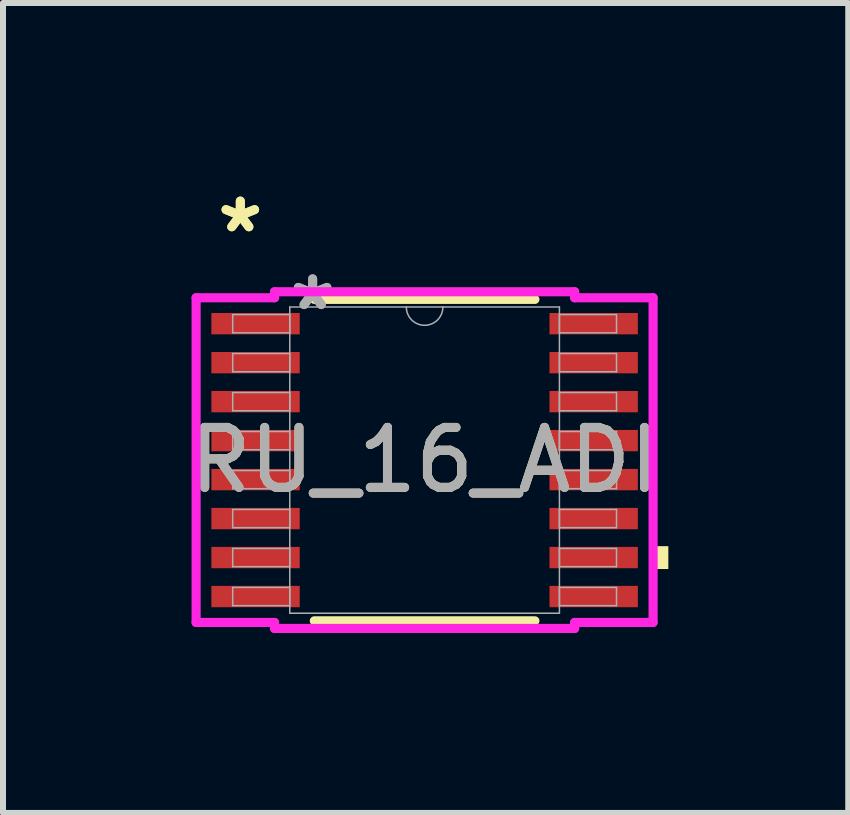
<source format=kicad_pcb>
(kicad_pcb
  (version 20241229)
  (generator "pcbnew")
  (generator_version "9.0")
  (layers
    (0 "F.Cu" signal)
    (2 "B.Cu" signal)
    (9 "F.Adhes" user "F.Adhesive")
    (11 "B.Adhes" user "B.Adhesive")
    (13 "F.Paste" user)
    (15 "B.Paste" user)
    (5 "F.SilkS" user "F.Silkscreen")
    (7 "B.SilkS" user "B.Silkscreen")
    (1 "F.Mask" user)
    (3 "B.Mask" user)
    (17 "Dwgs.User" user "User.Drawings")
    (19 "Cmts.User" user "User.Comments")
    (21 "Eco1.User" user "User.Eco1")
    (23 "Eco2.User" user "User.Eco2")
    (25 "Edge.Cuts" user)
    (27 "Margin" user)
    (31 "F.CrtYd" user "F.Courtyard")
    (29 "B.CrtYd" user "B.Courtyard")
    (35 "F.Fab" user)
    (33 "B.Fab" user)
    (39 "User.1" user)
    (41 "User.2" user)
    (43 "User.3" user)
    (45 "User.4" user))
  (footprint "RU_16_ADI"
    (layer "F.Cu")
    (at 4.03 4.622)
    (property "Reference" "RU_16_ADI" (at 0 0 0) (unlocked yes) (layer "F.SilkS") (effects (font (size 1 1) (thickness 0.15))))
    (attr smd)
    (fp_line (start -1.839 2.68) (end 1.839 2.68) (stroke (width 0.152) (type solid)) (layer "F.SilkS"))
    (fp_line (start 1.839 -2.68) (end -1.839 -2.68) (stroke (width 0.152) (type solid)) (layer "F.SilkS"))
    (fp_poly (pts (xy 4.064 1.435) (xy 4.064 1.816) (xy 3.81 1.816) (xy 3.81 1.435)) (stroke (width 0) (type solid)) (fill yes) (layer "F.SilkS"))
    (fp_line (start -3.81 -2.707) (end -2.502 -2.707) (stroke (width 0.152) (type solid)) (layer "F.CrtYd"))
    (fp_line (start -3.81 2.707) (end -3.81 -2.707) (stroke (width 0.152) (type solid)) (layer "F.CrtYd"))
    (fp_line (start -3.81 2.707) (end -2.502 2.707) (stroke (width 0.152) (type solid)) (layer "F.CrtYd"))
    (fp_line (start -2.502 -2.807) (end 2.502 -2.807) (stroke (width 0.152) (type solid)) (layer "F.CrtYd"))
    (fp_line (start -2.502 -2.707) (end -2.502 -2.807) (stroke (width 0.152) (type solid)) (layer "F.CrtYd"))
    (fp_line (start -2.502 2.807) (end -2.502 2.707) (stroke (width 0.152) (type solid)) (layer "F.CrtYd"))
    (fp_line (start 2.502 -2.807) (end 2.502 -2.707) (stroke (width 0.152) (type solid)) (layer "F.CrtYd"))
    (fp_line (start 2.502 2.707) (end 2.502 2.807) (stroke (width 0.152) (type solid)) (layer "F.CrtYd"))
    (fp_line (start 2.502 2.807) (end -2.502 2.807) (stroke (width 0.152) (type solid)) (layer "F.CrtYd"))
    (fp_line (start 3.81 -2.707) (end 2.502 -2.707) (stroke (width 0.152) (type solid)) (layer "F.CrtYd"))
    (fp_line (start 3.81 -2.707) (end 3.81 2.707) (stroke (width 0.152) (type solid)) (layer "F.CrtYd"))
    (fp_line (start 3.81 2.707) (end 2.502 2.707) (stroke (width 0.152) (type solid)) (layer "F.CrtYd"))
    (fp_line (start -3.2 -2.427) (end -3.2 -2.123) (stroke (width 0.025) (type solid)) (layer "F.Fab"))
    (fp_line (start -3.2 -2.123) (end -2.248 -2.123) (stroke (width 0.025) (type solid)) (layer "F.Fab"))
    (fp_line (start -3.2 -1.777) (end -3.2 -1.473) (stroke (width 0.025) (type solid)) (layer "F.Fab"))
    (fp_line (start -3.2 -1.473) (end -2.248 -1.473) (stroke (width 0.025) (type solid)) (layer "F.Fab"))
    (fp_line (start -3.2 -1.127) (end -3.2 -0.823) (stroke (width 0.025) (type solid)) (layer "F.Fab"))
    (fp_line (start -3.2 -0.823) (end -2.248 -0.823) (stroke (width 0.025) (type solid)) (layer "F.Fab"))
    (fp_line (start -3.2 -0.477) (end -3.2 -0.173) (stroke (width 0.025) (type solid)) (layer "F.Fab"))
    (fp_line (start -3.2 -0.173) (end -2.248 -0.173) (stroke (width 0.025) (type solid)) (layer "F.Fab"))
    (fp_line (start -3.2 0.173) (end -3.2 0.477) (stroke (width 0.025) (type solid)) (layer "F.Fab"))
    (fp_line (start -3.2 0.477) (end -2.248 0.477) (stroke (width 0.025) (type solid)) (layer "F.Fab"))
    (fp_line (start -3.2 0.823) (end -3.2 1.127) (stroke (width 0.025) (type solid)) (layer "F.Fab"))
    (fp_line (start -3.2 1.127) (end -2.248 1.127) (stroke (width 0.025) (type solid)) (layer "F.Fab"))
    (fp_line (start -3.2 1.473) (end -3.2 1.777) (stroke (width 0.025) (type solid)) (layer "F.Fab"))
    (fp_line (start -3.2 1.777) (end -2.248 1.777) (stroke (width 0.025) (type solid)) (layer "F.Fab"))
    (fp_line (start -3.2 2.123) (end -3.2 2.427) (stroke (width 0.025) (type solid)) (layer "F.Fab"))
    (fp_line (start -3.2 2.427) (end -2.248 2.427) (stroke (width 0.025) (type solid)) (layer "F.Fab"))
    (fp_line (start -2.248 -2.553) (end -2.248 2.553) (stroke (width 0.025) (type solid)) (layer "F.Fab"))
    (fp_line (start -2.248 -2.427) (end -3.2 -2.427) (stroke (width 0.025) (type solid)) (layer "F.Fab"))
    (fp_line (start -2.248 -2.123) (end -2.248 -2.427) (stroke (width 0.025) (type solid)) (layer "F.Fab"))
    (fp_line (start -2.248 -1.777) (end -3.2 -1.777) (stroke (width 0.025) (type solid)) (layer "F.Fab"))
    (fp_line (start -2.248 -1.473) (end -2.248 -1.777) (stroke (width 0.025) (type solid)) (layer "F.Fab"))
    (fp_line (start -2.248 -1.127) (end -3.2 -1.127) (stroke (width 0.025) (type solid)) (layer "F.Fab"))
    (fp_line (start -2.248 -0.823) (end -2.248 -1.127) (stroke (width 0.025) (type solid)) (layer "F.Fab"))
    (fp_line (start -2.248 -0.477) (end -3.2 -0.477) (stroke (width 0.025) (type solid)) (layer "F.Fab"))
    (fp_line (start -2.248 -0.173) (end -2.248 -0.477) (stroke (width 0.025) (type solid)) (layer "F.Fab"))
    (fp_line (start -2.248 0.173) (end -3.2 0.173) (stroke (width 0.025) (type solid)) (layer "F.Fab"))
    (fp_line (start -2.248 0.477) (end -2.248 0.173) (stroke (width 0.025) (type solid)) (layer "F.Fab"))
    (fp_line (start -2.248 0.823) (end -3.2 0.823) (stroke (width 0.025) (type solid)) (layer "F.Fab"))
    (fp_line (start -2.248 1.127) (end -2.248 0.823) (stroke (width 0.025) (type solid)) (layer "F.Fab"))
    (fp_line (start -2.248 1.473) (end -3.2 1.473) (stroke (width 0.025) (type solid)) (layer "F.Fab"))
    (fp_line (start -2.248 1.777) (end -2.248 1.473) (stroke (width 0.025) (type solid)) (layer "F.Fab"))
    (fp_line (start -2.248 2.123) (end -3.2 2.123) (stroke (width 0.025) (type solid)) (layer "F.Fab"))
    (fp_line (start -2.248 2.427) (end -2.248 2.123) (stroke (width 0.025) (type solid)) (layer "F.Fab"))
    (fp_line (start -2.248 2.553) (end 2.248 2.553) (stroke (width 0.025) (type solid)) (layer "F.Fab"))
    (fp_line (start 2.248 -2.553) (end -2.248 -2.553) (stroke (width 0.025) (type solid)) (layer "F.Fab"))
    (fp_line (start 2.248 -2.427) (end 2.248 -2.123) (stroke (width 0.025) (type solid)) (layer "F.Fab"))
    (fp_line (start 2.248 -2.123) (end 3.2 -2.123) (stroke (width 0.025) (type solid)) (layer "F.Fab"))
    (fp_line (start 2.248 -1.777) (end 2.248 -1.473) (stroke (width 0.025) (type solid)) (layer "F.Fab"))
    (fp_line (start 2.248 -1.473) (end 3.2 -1.473) (stroke (width 0.025) (type solid)) (layer "F.Fab"))
    (fp_line (start 2.248 -1.127) (end 2.248 -0.823) (stroke (width 0.025) (type solid)) (layer "F.Fab"))
    (fp_line (start 2.248 -0.823) (end 3.2 -0.823) (stroke (width 0.025) (type solid)) (layer "F.Fab"))
    (fp_line (start 2.248 -0.477) (end 2.248 -0.173) (stroke (width 0.025) (type solid)) (layer "F.Fab"))
    (fp_line (start 2.248 -0.173) (end 3.2 -0.173) (stroke (width 0.025) (type solid)) (layer "F.Fab"))
    (fp_line (start 2.248 0.173) (end 2.248 0.477) (stroke (width 0.025) (type solid)) (layer "F.Fab"))
    (fp_line (start 2.248 0.477) (end 3.2 0.477) (stroke (width 0.025) (type solid)) (layer "F.Fab"))
    (fp_line (start 2.248 0.823) (end 2.248 1.127) (stroke (width 0.025) (type solid)) (layer "F.Fab"))
    (fp_line (start 2.248 1.127) (end 3.2 1.127) (stroke (width 0.025) (type solid)) (layer "F.Fab"))
    (fp_line (start 2.248 1.473) (end 2.248 1.777) (stroke (width 0.025) (type solid)) (layer "F.Fab"))
    (fp_line (start 2.248 1.777) (end 3.2 1.777) (stroke (width 0.025) (type solid)) (layer "F.Fab"))
    (fp_line (start 2.248 2.123) (end 2.248 2.427) (stroke (width 0.025) (type solid)) (layer "F.Fab"))
    (fp_line (start 2.248 2.427) (end 3.2 2.427) (stroke (width 0.025) (type solid)) (layer "F.Fab"))
    (fp_line (start 2.248 2.553) (end 2.248 -2.553) (stroke (width 0.025) (type solid)) (layer "F.Fab"))
    (fp_line (start 3.2 -2.427) (end 2.248 -2.427) (stroke (width 0.025) (type solid)) (layer "F.Fab"))
    (fp_line (start 3.2 -2.123) (end 3.2 -2.427) (stroke (width 0.025) (type solid)) (layer "F.Fab"))
    (fp_line (start 3.2 -1.777) (end 2.248 -1.777) (stroke (width 0.025) (type solid)) (layer "F.Fab"))
    (fp_line (start 3.2 -1.473) (end 3.2 -1.777) (stroke (width 0.025) (type solid)) (layer "F.Fab"))
    (fp_line (start 3.2 -1.127) (end 2.248 -1.127) (stroke (width 0.025) (type solid)) (layer "F.Fab"))
    (fp_line (start 3.2 -0.823) (end 3.2 -1.127) (stroke (width 0.025) (type solid)) (layer "F.Fab"))
    (fp_line (start 3.2 -0.477) (end 2.248 -0.477) (stroke (width 0.025) (type solid)) (layer "F.Fab"))
    (fp_line (start 3.2 -0.173) (end 3.2 -0.477) (stroke (width 0.025) (type solid)) (layer "F.Fab"))
    (fp_line (start 3.2 0.173) (end 2.248 0.173) (stroke (width 0.025) (type solid)) (layer "F.Fab"))
    (fp_line (start 3.2 0.477) (end 3.2 0.173) (stroke (width 0.025) (type solid)) (layer "F.Fab"))
    (fp_line (start 3.2 0.823) (end 2.248 0.823) (stroke (width 0.025) (type solid)) (layer "F.Fab"))
    (fp_line (start 3.2 1.127) (end 3.2 0.823) (stroke (width 0.025) (type solid)) (layer "F.Fab"))
    (fp_line (start 3.2 1.473) (end 2.248 1.473) (stroke (width 0.025) (type solid)) (layer "F.Fab"))
    (fp_line (start 3.2 1.777) (end 3.2 1.473) (stroke (width 0.025) (type solid)) (layer "F.Fab"))
    (fp_line (start 3.2 2.123) (end 2.248 2.123) (stroke (width 0.025) (type solid)) (layer "F.Fab"))
    (fp_line (start 3.2 2.427) (end 3.2 2.123) (stroke (width 0.025) (type solid)) (layer "F.Fab"))
    (fp_arc (start 0.3048 -2.5527) (mid 0 -2.2479) (end -0.3048 -2.5527) (stroke (width 0.0254) (type solid)) (layer "F.Fab"))
    (fp_text user "*" (at -3.073 -3.774 0) (unlocked yes) (layer "F.SilkS") (effects (font (size 1 1) (thickness 0.15))))
    (fp_text user "*" (at -3.073 -3.774 0) (layer "F.SilkS") (effects (font (size 1 1) (thickness 0.15))))
    (fp_text user "*" (at -1.867 -2.477 0) (unlocked yes) (layer "F.Fab") (effects (font (size 1 1) (thickness 0.15))))
    (fp_text user "*" (at -1.867 -2.477 0) (layer "F.Fab") (effects (font (size 1 1) (thickness 0.15))))
    (fp_text user "${REFERENCE}" (at 0 0 0) (unlocked yes) (layer "F.Fab") (effects (font (size 1 1) (thickness 0.15))))
    (pad "1" smd rect (at -2.819 -2.275) (size 1.473 0.356) (layers "F.Cu" "F.Mask" "F.Paste"))
    (pad "2" smd rect (at -2.819 -1.625) (size 1.473 0.356) (layers "F.Cu" "F.Mask" "F.Paste"))
    (pad "3" smd rect (at -2.819 -0.975) (size 1.473 0.356) (layers "F.Cu" "F.Mask" "F.Paste"))
    (pad "4" smd rect (at -2.819 -0.325) (size 1.473 0.356) (layers "F.Cu" "F.Mask" "F.Paste"))
    (pad "5" smd rect (at -2.819 0.325) (size 1.473 0.356) (layers "F.Cu" "F.Mask" "F.Paste"))
    (pad "6" smd rect (at -2.819 0.975) (size 1.473 0.356) (layers "F.Cu" "F.Mask" "F.Paste"))
    (pad "7" smd rect (at -2.819 1.625) (size 1.473 0.356) (layers "F.Cu" "F.Mask" "F.Paste"))
    (pad "8" smd rect (at -2.819 2.275) (size 1.473 0.356) (layers "F.Cu" "F.Mask" "F.Paste"))
    (pad "9" smd rect (at 2.819 2.275) (size 1.473 0.356) (layers "F.Cu" "F.Mask" "F.Paste"))
    (pad "10" smd rect (at 2.819 1.625) (size 1.473 0.356) (layers "F.Cu" "F.Mask" "F.Paste"))
    (pad "11" smd rect (at 2.819 0.975) (size 1.473 0.356) (layers "F.Cu" "F.Mask" "F.Paste"))
    (pad "12" smd rect (at 2.819 0.325) (size 1.473 0.356) (layers "F.Cu" "F.Mask" "F.Paste"))
    (pad "13" smd rect (at 2.819 -0.325) (size 1.473 0.356) (layers "F.Cu" "F.Mask" "F.Paste"))
    (pad "14" smd rect (at 2.819 -0.975) (size 1.473 0.356) (layers "F.Cu" "F.Mask" "F.Paste"))
    (pad "15" smd rect (at 2.819 -1.625) (size 1.473 0.356) (layers "F.Cu" "F.Mask" "F.Paste"))
    (pad "16" smd rect (at 2.819 -2.275) (size 1.473 0.356) (layers "F.Cu" "F.Mask" "F.Paste")))
  (gr_rect
    (start -3 -3)
    (end 11.094 10.505)
    (stroke (width 0.1) (type default))
    (fill no)
    (layer "Edge.Cuts")))
</source>
